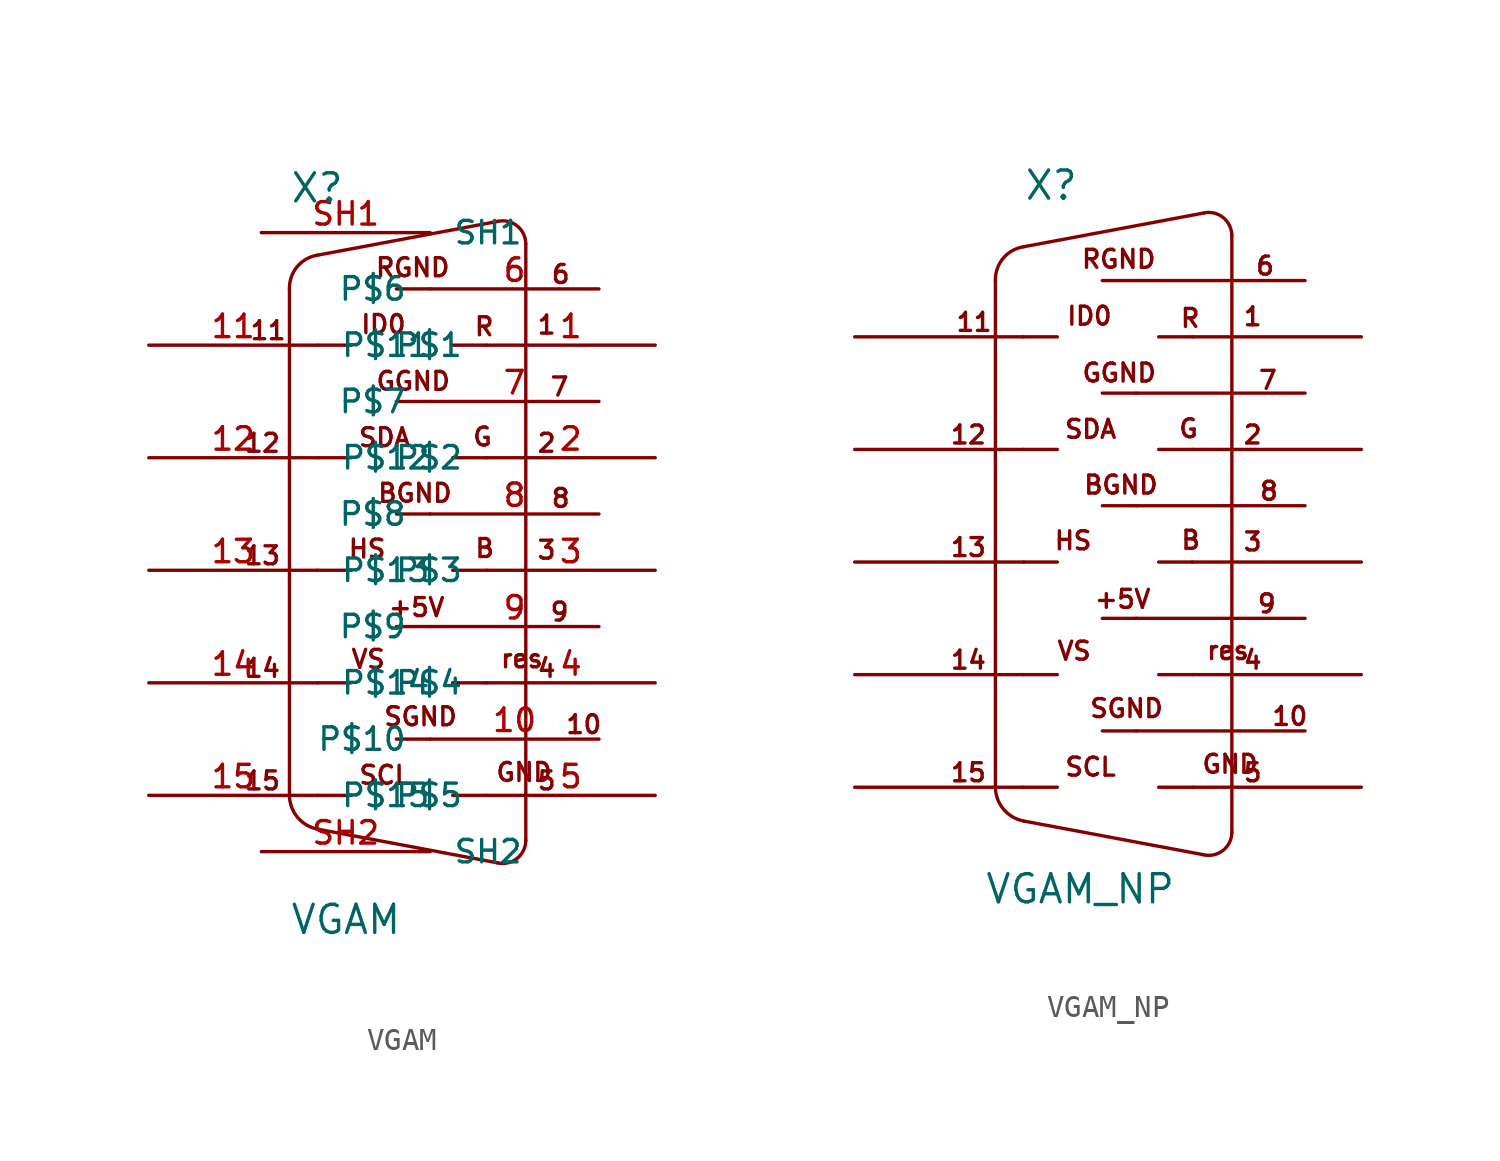
<source format=kicad_sym>
(kicad_symbol_lib
  (version 20211014)
  (generator kicad_symbol_editor)
  (symbol "VGAM"
    (pin_names
      (offset 1.016))
    (property "Reference" "X"
      (at -3.81 13.97 0)
      (effects (font (size 1.27 1.27)) (justify left bottom)))
    (property "Value" "VGAM"
      (at -3.81 -19.05 0)
      (effects (font (size 1.27 1.27)) (justify left bottom)))
    (property "ki_locked" ""
      (at 0 0 0)
      (effects (font (size 1.27 1.27))))
    (symbol "VGAM_1_0"
      (polyline (pts (xy -3.81 10.16) (xy -3.81 -12.7)) (stroke (width 0) (type default) (color 0 0 0 0)) (fill (type none)))
      (polyline (pts (xy -2.54 -12.7) (xy -1.016 -12.7)) (stroke (width 0) (type default) (color 0 0 0 0)) (fill (type none)))
      (polyline (pts (xy -2.54 -7.62) (xy -1.016 -7.62)) (stroke (width 0) (type default) (color 0 0 0 0)) (fill (type none)))
      (polyline (pts (xy -2.54 -2.54) (xy -1.016 -2.54)) (stroke (width 0) (type default) (color 0 0 0 0)) (fill (type none)))
      (polyline (pts (xy -2.54 2.54) (xy -1.016 2.54)) (stroke (width 0) (type default) (color 0 0 0 0)) (fill (type none)))
      (polyline (pts (xy -2.54 7.62) (xy -1.016 7.62)) (stroke (width 0) (type default) (color 0 0 0 0)) (fill (type none)))
      (polyline (pts (xy 2.54 -10.16) (xy 1.016 -10.16)) (stroke (width 0) (type default) (color 0 0 0 0)) (fill (type none)))
      (polyline (pts (xy 2.54 -5.08) (xy 1.016 -5.08)) (stroke (width 0) (type default) (color 0 0 0 0)) (fill (type none)))
      (polyline (pts (xy 2.54 0) (xy 1.016 0)) (stroke (width 0) (type default) (color 0 0 0 0)) (fill (type none)))
      (polyline (pts (xy 2.54 5.08) (xy 1.016 5.08)) (stroke (width 0) (type default) (color 0 0 0 0)) (fill (type none)))
      (polyline (pts (xy 2.54 10.16) (xy 1.016 10.16)) (stroke (width 0) (type default) (color 0 0 0 0)) (fill (type none)))
      (polyline (pts (xy 5.08 -12.7) (xy 3.556 -12.7)) (stroke (width 0) (type default) (color 0 0 0 0)) (fill (type none)))
      (polyline (pts (xy 5.08 -7.62) (xy 3.556 -7.62)) (stroke (width 0) (type default) (color 0 0 0 0)) (fill (type none)))
      (polyline (pts (xy 5.08 -2.54) (xy 3.556 -2.54)) (stroke (width 0) (type default) (color 0 0 0 0)) (fill (type none)))
      (polyline (pts (xy 5.08 2.54) (xy 3.556 2.54)) (stroke (width 0) (type default) (color 0 0 0 0)) (fill (type none)))
      (polyline (pts (xy 5.08 7.62) (xy 3.556 7.62)) (stroke (width 0) (type default) (color 0 0 0 0)) (fill (type none)))
      (polyline (pts (xy 5.588 -15.748) (xy -2.54 -14.224)) (stroke (width 0) (type default) (color 0 0 0 0)) (fill (type none)))
      (polyline (pts (xy 5.588 13.208) (xy -2.54 11.684)) (stroke (width 0) (type default) (color 0 0 0 0)) (fill (type none)))
      (polyline (pts (xy 6.858 12.192) (xy 6.858 -14.732)) (stroke (width 0) (type default) (color 0 0 0 0)) (fill (type none)))
      (text "+5V" (at 1.93 -4.216 0) (effects (font (size 0.813 0.813))))
      (text "1" (at 7.798 8.534 0) (effects (font (size 0.813 0.813))))
      (text "10" (at 9.474 -9.5 0) (effects (font (size 0.813 0.813))))
      (text "11" (at -4.775 8.28 0) (effects (font (size 0.813 0.813))))
      (text "12" (at -5.029 3.2 0) (effects (font (size 0.813 0.813))))
      (text "13" (at -5.029 -1.88 0) (effects (font (size 0.813 0.813))))
      (text "14" (at -5.029 -6.96 0) (effects (font (size 0.813 0.813))))
      (text "15" (at -5.029 -12.04 0) (effects (font (size 0.813 0.813))))
      (text "2" (at 7.798 3.2 0) (effects (font (size 0.813 0.813))))
      (text "3" (at 7.798 -1.626 0) (effects (font (size 0.813 0.813))))
      (text "4" (at 7.798 -6.96 0) (effects (font (size 0.813 0.813))))
      (text "5" (at 7.798 -12.04 0) (effects (font (size 0.813 0.813))))
      (text "6" (at 8.433 10.82 0) (effects (font (size 0.813 0.813))))
      (text "7" (at 8.382 5.74 0) (effects (font (size 0.813 0.813))))
      (text "8" (at 8.433 0.711 0) (effects (font (size 0.813 0.813))))
      (text "9" (at 8.382 -4.42 0) (effects (font (size 0.813 0.813))))
      (text "B" (at 5.004 -1.549 0) (effects (font (size 0.813 0.813))))
      (text "BGND" (at 1.854 0.94 0) (effects (font (size 0.813 0.813))))
      (text "G" (at 4.902 3.48 0) (effects (font (size 0.813 0.813))))
      (text "GGND" (at 1.778 5.994 0) (effects (font (size 0.813 0.813))))
      (text "GND" (at 6.782 -11.659 0) (effects (font (size 0.813 0.813))))
      (text "HS" (at -0.305 -1.575 0) (effects (font (size 0.813 0.813))))
      (text "ID0" (at 0.432 8.56 0) (effects (font (size 0.813 0.813))))
      (text "R" (at 4.978 8.458 0) (effects (font (size 0.813 0.813))))
      (text "res" (at 6.68 -6.528 0) (effects (font (size 0.813 0.813))))
      (text "RGND" (at 1.753 11.125 0) (effects (font (size 0.813 0.813))))
      (text "SCL" (at 0.483 -11.786 0) (effects (font (size 0.813 0.813))))
      (text "SDA" (at 0.483 3.454 0) (effects (font (size 0.813 0.813))))
      (text "SGND" (at 2.108 -9.144 0) (effects (font (size 0.813 0.813))))
      (text "VS" (at -0.254 -6.553 0) (effects (font (size 0.813 0.813)))))
    (symbol "VGAM_1_1"
      (arc (start -3.81 -12.7) (mid -3.4463 -13.6881) (end -2.54 -14.224) (stroke (width 0) (type default) (color 0 0 0 0)) (fill (type none)))
      (arc (start -2.54 11.684) (mid -3.4625 11.1616) (end -3.81 10.16) (stroke (width 0) (type default) (color 0 0 0 0)) (fill (type none)))
      (arc (start 5.588 -15.748) (mid 6.4671 -15.5452) (end 6.858 -14.732) (stroke (width 0) (type default) (color 0 0 0 0)) (fill (type none)))
      (arc (start 6.858 12.192) (mid 6.4672 13.0053) (end 5.588 13.208) (stroke (width 0) (type default) (color 0 0 0 0)) (fill (type none)))
      (pin passive line (at 12.7 7.62 180) (length 7.62) (name "P$1" (effects (font (size 1.016 1.016)))) (number "1" (effects (font (size 1.016 1.016)))))
      (pin passive line (at 10.16 -10.16 180) (length 7.62) (name "P$10" (effects (font (size 1.016 1.016)))) (number "10" (effects (font (size 1.016 1.016)))))
      (pin passive line (at -10.16 7.62 0) (length 7.62) (name "P$11" (effects (font (size 1.016 1.016)))) (number "11" (effects (font (size 1.016 1.016)))))
      (pin passive line (at -10.16 2.54 0) (length 7.62) (name "P$12" (effects (font (size 1.016 1.016)))) (number "12" (effects (font (size 1.016 1.016)))))
      (pin passive line (at -10.16 -2.54 0) (length 7.62) (name "P$13" (effects (font (size 1.016 1.016)))) (number "13" (effects (font (size 1.016 1.016)))))
      (pin passive line (at -10.16 -7.62 0) (length 7.62) (name "P$14" (effects (font (size 1.016 1.016)))) (number "14" (effects (font (size 1.016 1.016)))))
      (pin passive line (at -10.16 -12.7 0) (length 7.62) (name "P$15" (effects (font (size 1.016 1.016)))) (number "15" (effects (font (size 1.016 1.016)))))
      (pin passive line (at 12.7 2.54 180) (length 7.62) (name "P$2" (effects (font (size 1.016 1.016)))) (number "2" (effects (font (size 1.016 1.016)))))
      (pin passive line (at 12.7 -2.54 180) (length 7.62) (name "P$3" (effects (font (size 1.016 1.016)))) (number "3" (effects (font (size 1.016 1.016)))))
      (pin passive line (at 12.7 -7.62 180) (length 7.62) (name "P$4" (effects (font (size 1.016 1.016)))) (number "4" (effects (font (size 1.016 1.016)))))
      (pin passive line (at 12.7 -12.7 180) (length 7.62) (name "P$5" (effects (font (size 1.016 1.016)))) (number "5" (effects (font (size 1.016 1.016)))))
      (pin passive line (at 10.16 10.16 180) (length 7.62) (name "P$6" (effects (font (size 1.016 1.016)))) (number "6" (effects (font (size 1.016 1.016)))))
      (pin passive line (at 10.16 5.08 180) (length 7.62) (name "P$7" (effects (font (size 1.016 1.016)))) (number "7" (effects (font (size 1.016 1.016)))))
      (pin passive line (at 10.16 0 180) (length 7.62) (name "P$8" (effects (font (size 1.016 1.016)))) (number "8" (effects (font (size 1.016 1.016)))))
      (pin passive line (at 10.16 -5.08 180) (length 7.62) (name "P$9" (effects (font (size 1.016 1.016)))) (number "9" (effects (font (size 1.016 1.016)))))
      (pin power_in line (at -5.08 12.7 0) (length 7.62) (name "SH1" (effects (font (size 1.016 1.016)))) (number "SH1" (effects (font (size 1.016 1.016)))))
      (pin power_in line (at -5.08 -15.24 0) (length 7.62) (name "SH2" (effects (font (size 1.016 1.016)))) (number "SH2" (effects (font (size 1.016 1.016)))))))
  (symbol "VGAM_NP"
    (pin_names
      (offset 1.016))
    (property "Reference" "X"
      (at -2.54 13.716 0)
      (effects (font (size 1.27 1.27)) (justify left bottom)))
    (property "Value" "VGAM_NP"
      (at -4.318 -18.034 0)
      (effects (font (size 1.27 1.27)) (justify left bottom)))
    (property "ki_locked" ""
      (at 0 0 0)
      (effects (font (size 1.27 1.27))))
    (symbol "VGAM_NP_1_0"
      (polyline (pts (xy -3.81 10.16) (xy -3.81 -12.7)) (stroke (width 0) (type default) (color 0 0 0 0)) (fill (type none)))
      (polyline (pts (xy -2.54 -12.7) (xy -10.16 -12.7)) (stroke (width 0) (type default) (color 0 0 0 0)) (fill (type none)))
      (polyline (pts (xy -2.54 -12.7) (xy -1.016 -12.7)) (stroke (width 0) (type default) (color 0 0 0 0)) (fill (type none)))
      (polyline (pts (xy -2.54 -7.62) (xy -10.16 -7.62)) (stroke (width 0) (type default) (color 0 0 0 0)) (fill (type none)))
      (polyline (pts (xy -2.54 -7.62) (xy -1.016 -7.62)) (stroke (width 0) (type default) (color 0 0 0 0)) (fill (type none)))
      (polyline (pts (xy -2.54 -2.54) (xy -10.16 -2.54)) (stroke (width 0) (type default) (color 0 0 0 0)) (fill (type none)))
      (polyline (pts (xy -2.54 -2.54) (xy -1.016 -2.54)) (stroke (width 0) (type default) (color 0 0 0 0)) (fill (type none)))
      (polyline (pts (xy -2.54 2.54) (xy -10.16 2.54)) (stroke (width 0) (type default) (color 0 0 0 0)) (fill (type none)))
      (polyline (pts (xy -2.54 2.54) (xy -1.016 2.54)) (stroke (width 0) (type default) (color 0 0 0 0)) (fill (type none)))
      (polyline (pts (xy -2.54 7.62) (xy -10.16 7.62)) (stroke (width 0) (type default) (color 0 0 0 0)) (fill (type none)))
      (polyline (pts (xy -2.54 7.62) (xy -1.016 7.62)) (stroke (width 0) (type default) (color 0 0 0 0)) (fill (type none)))
      (polyline (pts (xy 2.54 -10.16) (xy 1.016 -10.16)) (stroke (width 0) (type default) (color 0 0 0 0)) (fill (type none)))
      (polyline (pts (xy 2.54 -10.16) (xy 10.16 -10.16)) (stroke (width 0) (type default) (color 0 0 0 0)) (fill (type none)))
      (polyline (pts (xy 2.54 -5.08) (xy 1.016 -5.08)) (stroke (width 0) (type default) (color 0 0 0 0)) (fill (type none)))
      (polyline (pts (xy 2.54 -5.08) (xy 10.16 -5.08)) (stroke (width 0) (type default) (color 0 0 0 0)) (fill (type none)))
      (polyline (pts (xy 2.54 0) (xy 1.016 0)) (stroke (width 0) (type default) (color 0 0 0 0)) (fill (type none)))
      (polyline (pts (xy 2.54 0) (xy 10.16 0)) (stroke (width 0) (type default) (color 0 0 0 0)) (fill (type none)))
      (polyline (pts (xy 2.54 5.08) (xy 1.016 5.08)) (stroke (width 0) (type default) (color 0 0 0 0)) (fill (type none)))
      (polyline (pts (xy 2.54 5.08) (xy 10.16 5.08)) (stroke (width 0) (type default) (color 0 0 0 0)) (fill (type none)))
      (polyline (pts (xy 2.54 10.16) (xy 1.016 10.16)) (stroke (width 0) (type default) (color 0 0 0 0)) (fill (type none)))
      (polyline (pts (xy 2.54 10.16) (xy 10.16 10.16)) (stroke (width 0) (type default) (color 0 0 0 0)) (fill (type none)))
      (polyline (pts (xy 5.08 -12.7) (xy 3.556 -12.7)) (stroke (width 0) (type default) (color 0 0 0 0)) (fill (type none)))
      (polyline (pts (xy 5.08 -7.62) (xy 3.556 -7.62)) (stroke (width 0) (type default) (color 0 0 0 0)) (fill (type none)))
      (polyline (pts (xy 5.08 -2.54) (xy 3.556 -2.54)) (stroke (width 0) (type default) (color 0 0 0 0)) (fill (type none)))
      (polyline (pts (xy 5.08 2.54) (xy 3.556 2.54)) (stroke (width 0) (type default) (color 0 0 0 0)) (fill (type none)))
      (polyline (pts (xy 5.08 7.62) (xy 3.556 7.62)) (stroke (width 0) (type default) (color 0 0 0 0)) (fill (type none)))
      (polyline (pts (xy 5.588 -15.748) (xy -2.54 -14.224)) (stroke (width 0) (type default) (color 0 0 0 0)) (fill (type none)))
      (polyline (pts (xy 5.588 13.208) (xy -2.54 11.684)) (stroke (width 0) (type default) (color 0 0 0 0)) (fill (type none)))
      (polyline (pts (xy 6.858 12.192) (xy 6.858 -14.732)) (stroke (width 0) (type default) (color 0 0 0 0)) (fill (type none)))
      (polyline (pts (xy 12.7 -12.7) (xy 5.08 -12.7)) (stroke (width 0) (type default) (color 0 0 0 0)) (fill (type none)))
      (polyline (pts (xy 12.7 -7.62) (xy 5.08 -7.62)) (stroke (width 0) (type default) (color 0 0 0 0)) (fill (type none)))
      (polyline (pts (xy 12.7 -2.54) (xy 5.08 -2.54)) (stroke (width 0) (type default) (color 0 0 0 0)) (fill (type none)))
      (polyline (pts (xy 12.7 2.54) (xy 5.08 2.54)) (stroke (width 0) (type default) (color 0 0 0 0)) (fill (type none)))
      (polyline (pts (xy 12.7 7.62) (xy 5.08 7.62)) (stroke (width 0) (type default) (color 0 0 0 0)) (fill (type none)))
      (text "+5V" (at 1.93 -4.216 0) (effects (font (size 0.813 0.813))))
      (text "1" (at 7.798 8.534 0) (effects (font (size 0.813 0.813))))
      (text "10" (at 9.474 -9.5 0) (effects (font (size 0.813 0.813))))
      (text "11" (at -4.775 8.28 0) (effects (font (size 0.813 0.813))))
      (text "12" (at -5.029 3.2 0) (effects (font (size 0.813 0.813))))
      (text "13" (at -5.029 -1.88 0) (effects (font (size 0.813 0.813))))
      (text "14" (at -5.029 -6.96 0) (effects (font (size 0.813 0.813))))
      (text "15" (at -5.029 -12.04 0) (effects (font (size 0.813 0.813))))
      (text "2" (at 7.798 3.2 0) (effects (font (size 0.813 0.813))))
      (text "3" (at 7.798 -1.626 0) (effects (font (size 0.813 0.813))))
      (text "4" (at 7.798 -6.96 0) (effects (font (size 0.813 0.813))))
      (text "5" (at 7.798 -12.04 0) (effects (font (size 0.813 0.813))))
      (text "6" (at 8.357 10.82 0) (effects (font (size 0.813 0.813))))
      (text "7" (at 8.484 5.664 0) (effects (font (size 0.813 0.813))))
      (text "8" (at 8.534 0.66 0) (effects (font (size 0.813 0.813))))
      (text "9" (at 8.433 -4.42 0) (effects (font (size 0.813 0.813))))
      (text "B" (at 5.004 -1.549 0) (effects (font (size 0.813 0.813))))
      (text "BGND" (at 1.854 0.94 0) (effects (font (size 0.813 0.813))))
      (text "G" (at 4.902 3.48 0) (effects (font (size 0.813 0.813))))
      (text "GGND" (at 1.778 5.994 0) (effects (font (size 0.813 0.813))))
      (text "GND" (at 6.782 -11.659 0) (effects (font (size 0.813 0.813))))
      (text "HS" (at -0.305 -1.575 0) (effects (font (size 0.813 0.813))))
      (text "ID0" (at 0.432 8.56 0) (effects (font (size 0.813 0.813))))
      (text "R" (at 4.978 8.458 0) (effects (font (size 0.813 0.813))))
      (text "res" (at 6.68 -6.528 0) (effects (font (size 0.813 0.813))))
      (text "RGND" (at 1.753 11.125 0) (effects (font (size 0.813 0.813))))
      (text "SCL" (at 0.483 -11.786 0) (effects (font (size 0.813 0.813))))
      (text "SDA" (at 0.483 3.454 0) (effects (font (size 0.813 0.813))))
      (text "SGND" (at 2.108 -9.144 0) (effects (font (size 0.813 0.813))))
      (text "VS" (at -0.254 -6.553 0) (effects (font (size 0.813 0.813)))))
    (symbol "VGAM_NP_1_1"
      (arc (start -3.81 -12.7) (mid -3.4463 -13.6881) (end -2.54 -14.224) (stroke (width 0) (type default) (color 0 0 0 0)) (fill (type none)))
      (arc (start -2.54 11.684) (mid -3.4625 11.1616) (end -3.81 10.16) (stroke (width 0) (type default) (color 0 0 0 0)) (fill (type none)))
      (arc (start 5.588 -15.748) (mid 6.4671 -15.5452) (end 6.858 -14.732) (stroke (width 0) (type default) (color 0 0 0 0)) (fill (type none)))
      (arc (start 6.858 12.192) (mid 6.4672 13.0053) (end 5.588 13.208) (stroke (width 0) (type default) (color 0 0 0 0)) (fill (type none))))))
</source>
